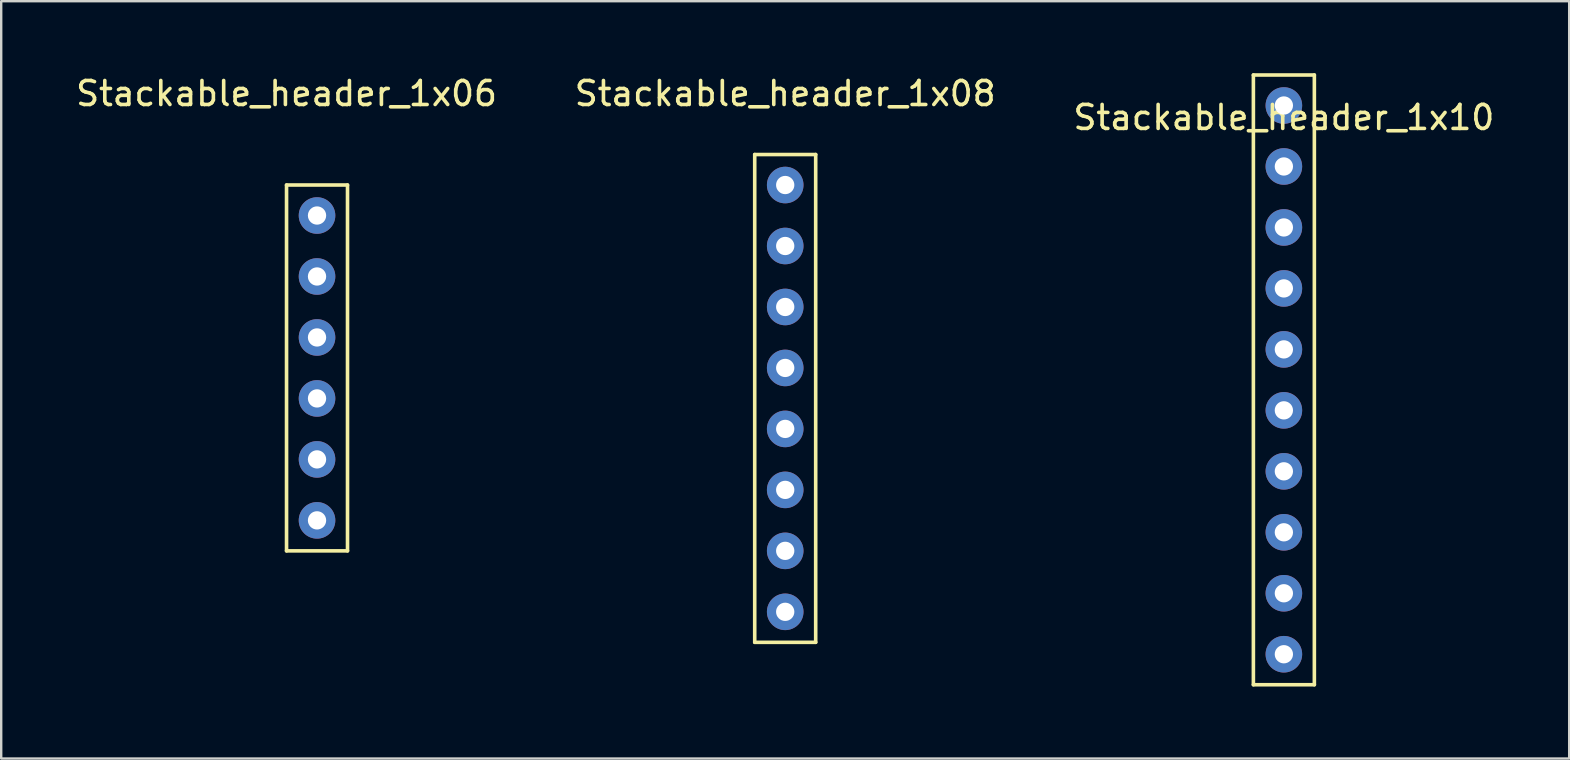
<source format=kicad_pcb>
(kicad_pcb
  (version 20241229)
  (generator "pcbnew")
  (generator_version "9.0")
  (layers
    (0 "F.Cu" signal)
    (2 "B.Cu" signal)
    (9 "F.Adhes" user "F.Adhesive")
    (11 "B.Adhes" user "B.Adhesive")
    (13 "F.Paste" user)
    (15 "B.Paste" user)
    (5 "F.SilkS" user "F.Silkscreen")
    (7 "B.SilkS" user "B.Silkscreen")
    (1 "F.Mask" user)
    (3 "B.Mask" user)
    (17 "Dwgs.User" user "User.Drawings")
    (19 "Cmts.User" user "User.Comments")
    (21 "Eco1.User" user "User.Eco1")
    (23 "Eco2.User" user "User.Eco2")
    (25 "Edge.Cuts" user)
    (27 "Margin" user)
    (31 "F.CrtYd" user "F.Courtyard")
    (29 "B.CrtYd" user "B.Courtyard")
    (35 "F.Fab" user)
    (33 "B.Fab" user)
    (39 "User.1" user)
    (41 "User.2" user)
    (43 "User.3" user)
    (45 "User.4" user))
  (footprint "Stackable_header_1x10"
    (layer "F.Cu")
    (at 50.435 1.345)
    (property "Reference" "Stackable_header_1x10" (at 0 0.5 0) (layer "F.SilkS") (effects (font (size 1 1) (thickness 0.15))))
    (attr through_hole)
    (fp_line (start -1.27 -1.27) (end -1.27 24.13) (stroke (width 0.15) (type solid)) (layer "F.SilkS"))
    (fp_line (start -1.27 24.13) (end 1.27 24.13) (stroke (width 0.15) (type solid)) (layer "F.SilkS"))
    (fp_line (start 1.27 -1.27) (end -1.27 -1.27) (stroke (width 0.15) (type solid)) (layer "F.SilkS"))
    (fp_line (start 1.27 24.13) (end 1.27 -1.27) (stroke (width 0.15) (type solid)) (layer "F.SilkS"))
    (pad "1" thru_hole circle (at 0 0) (size 1.524 1.524) (drill 0.762) (layers "*.Cu" "*.Mask"))
    (pad "2" thru_hole circle (at 0 2.54) (size 1.524 1.524) (drill 0.762) (layers "*.Cu" "*.Mask"))
    (pad "3" thru_hole circle (at 0 5.08) (size 1.524 1.524) (drill 0.762) (layers "*.Cu" "*.Mask"))
    (pad "4" thru_hole circle (at 0 7.62) (size 1.524 1.524) (drill 0.762) (layers "*.Cu" "*.Mask"))
    (pad "5" thru_hole circle (at 0 10.16) (size 1.524 1.524) (drill 0.762) (layers "*.Cu" "*.Mask"))
    (pad "6" thru_hole circle (at 0 12.7) (size 1.524 1.524) (drill 0.762) (layers "*.Cu" "*.Mask"))
    (pad "7" thru_hole circle (at 0 15.24) (size 1.524 1.524) (drill 0.762) (layers "*.Cu" "*.Mask"))
    (pad "8" thru_hole circle (at 0 17.78) (size 1.524 1.524) (drill 0.762) (layers "*.Cu" "*.Mask"))
    (pad "9" thru_hole circle (at 0 20.32) (size 1.524 1.524) (drill 0.762) (layers "*.Cu" "*.Mask"))
    (pad "10" thru_hole circle (at 0 22.86) (size 1.524 1.524) (drill 0.762) (layers "*.Cu" "*.Mask")))
  (footprint "Stackable_header_1x06"
    (layer "F.Cu")
    (at 10.157 5.928)
    (property "Reference" "Stackable_header_1x06" (at -1.27 -5.08 0) (layer "F.SilkS") (effects (font (size 1 1) (thickness 0.15))))
    (attr through_hole)
    (fp_line (start -1.27 -1.27) (end 1.27 -1.27) (stroke (width 0.15) (type solid)) (layer "F.SilkS"))
    (fp_line (start -1.27 13.97) (end -1.27 -1.27) (stroke (width 0.15) (type solid)) (layer "F.SilkS"))
    (fp_line (start 1.27 -1.27) (end 1.27 13.97) (stroke (width 0.15) (type solid)) (layer "F.SilkS"))
    (fp_line (start 1.27 13.97) (end -1.27 13.97) (stroke (width 0.15) (type solid)) (layer "F.SilkS"))
    (pad "1" thru_hole circle (at 0 0) (size 1.524 1.524) (drill 0.762) (layers "*.Cu" "*.Mask"))
    (pad "2" thru_hole circle (at 0 2.54) (size 1.524 1.524) (drill 0.762) (layers "*.Cu" "*.Mask"))
    (pad "3" thru_hole circle (at 0 5.08) (size 1.524 1.524) (drill 0.762) (layers "*.Cu" "*.Mask"))
    (pad "4" thru_hole circle (at 0 7.62) (size 1.524 1.524) (drill 0.762) (layers "*.Cu" "*.Mask"))
    (pad "5" thru_hole circle (at 0 10.16) (size 1.524 1.524) (drill 0.762) (layers "*.Cu" "*.Mask"))
    (pad "6" thru_hole circle (at 0 12.7) (size 1.524 1.524) (drill 0.762) (layers "*.Cu" "*.Mask")))
  (footprint "Stackable_header_1x08"
    (layer "F.Cu")
    (at 29.661 4.658)
    (property "Reference" "Stackable_header_1x08" (at 0 -3.81 0) (layer "F.SilkS") (effects (font (size 1 1) (thickness 0.15))))
    (attr through_hole)
    (fp_line (start -1.27 -1.27) (end -1.27 19.05) (stroke (width 0.15) (type solid)) (layer "F.SilkS"))
    (fp_line (start -1.27 19.05) (end 1.27 19.05) (stroke (width 0.15) (type solid)) (layer "F.SilkS"))
    (fp_line (start 1.27 -1.27) (end -1.27 -1.27) (stroke (width 0.15) (type solid)) (layer "F.SilkS"))
    (fp_line (start 1.27 19.05) (end 1.27 -1.27) (stroke (width 0.15) (type solid)) (layer "F.SilkS"))
    (pad "1" thru_hole circle (at 0 0) (size 1.524 1.524) (drill 0.762) (layers "*.Cu" "*.Mask"))
    (pad "2" thru_hole circle (at 0 2.54) (size 1.524 1.524) (drill 0.762) (layers "*.Cu" "*.Mask"))
    (pad "3" thru_hole circle (at 0 5.08) (size 1.524 1.524) (drill 0.762) (layers "*.Cu" "*.Mask"))
    (pad "4" thru_hole circle (at 0 7.62) (size 1.524 1.524) (drill 0.762) (layers "*.Cu" "*.Mask"))
    (pad "5" thru_hole circle (at 0 10.16) (size 1.524 1.524) (drill 0.762) (layers "*.Cu" "*.Mask"))
    (pad "6" thru_hole circle (at 0 12.7) (size 1.524 1.524) (drill 0.762) (layers "*.Cu" "*.Mask"))
    (pad "7" thru_hole circle (at 0 15.24) (size 1.524 1.524) (drill 0.762) (layers "*.Cu" "*.Mask"))
    (pad "8" thru_hole circle (at 0 17.78) (size 1.524 1.524) (drill 0.762) (layers "*.Cu" "*.Mask")))
  (gr_rect
    (start -3 -3)
    (end 62.321 28.55)
    (stroke (width 0.1) (type default))
    (fill no)
    (layer "Edge.Cuts")))
</source>
